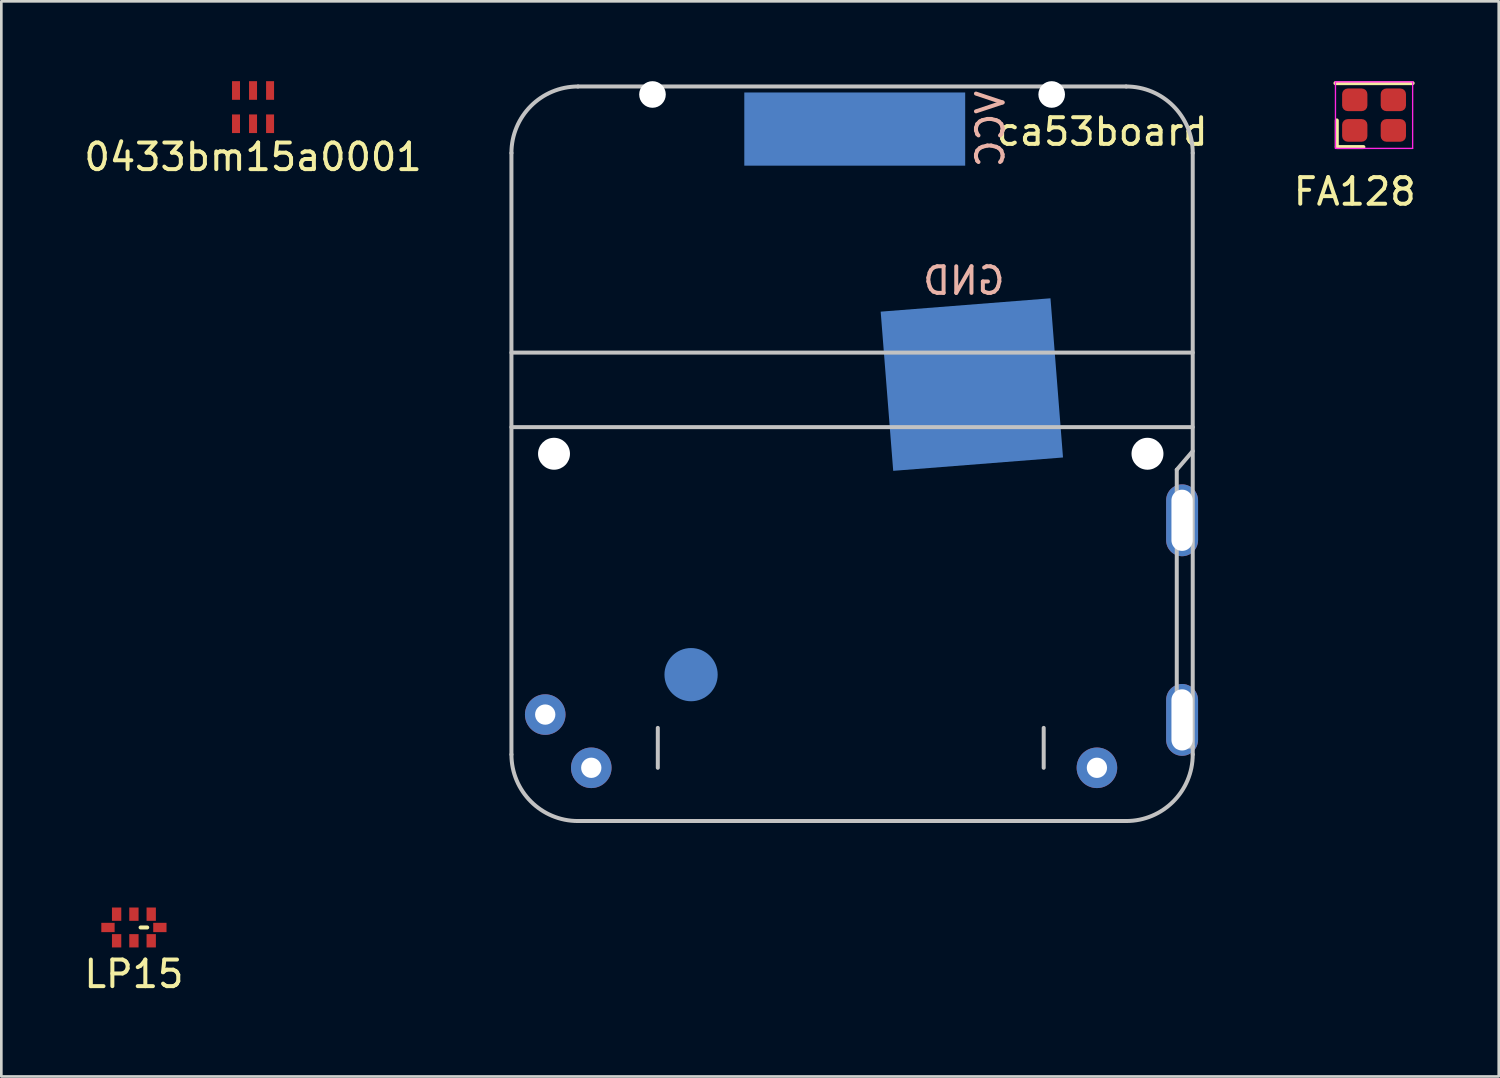
<source format=kicad_pcb>
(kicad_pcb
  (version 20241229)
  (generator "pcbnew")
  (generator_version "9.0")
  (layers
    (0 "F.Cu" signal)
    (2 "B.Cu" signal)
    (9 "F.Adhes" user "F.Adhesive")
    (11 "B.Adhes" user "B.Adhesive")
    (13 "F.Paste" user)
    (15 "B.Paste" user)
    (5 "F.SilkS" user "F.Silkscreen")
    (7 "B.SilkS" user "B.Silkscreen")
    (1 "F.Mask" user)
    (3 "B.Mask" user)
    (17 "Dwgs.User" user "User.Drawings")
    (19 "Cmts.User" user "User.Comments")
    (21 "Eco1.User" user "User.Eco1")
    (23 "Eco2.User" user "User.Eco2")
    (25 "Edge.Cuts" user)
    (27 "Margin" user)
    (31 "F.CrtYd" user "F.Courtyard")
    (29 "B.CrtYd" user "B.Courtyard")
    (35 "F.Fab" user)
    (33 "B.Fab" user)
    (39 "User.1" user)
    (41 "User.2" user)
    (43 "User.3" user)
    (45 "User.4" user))
  (footprint "FA128"
    (layer "F.Cu")
    (at 48.58 1.275)
    (property "Reference" "FA128" (at -0.725 2.875 0) (layer "F.SilkS") (effects (font (size 1 1) (thickness 0.15))))
    (attr through_hole)
    (fp_line (start -1.45 -1.2) (end 1.45 -1.2) (stroke (width 0.15) (type solid)) (layer "F.SilkS"))
    (fp_line (start -1.4 1.2) (end -1.4 0.2) (stroke (width 0.15) (type solid)) (layer "F.SilkS"))
    (fp_line (start -0.4 1.2) (end -1.4 1.2) (stroke (width 0.15) (type solid)) (layer "F.SilkS"))
    (fp_line (start -1.45 -1.25) (end 1.45 -1.25) (stroke (width 0.05) (type solid)) (layer "F.CrtYd"))
    (fp_line (start -1.45 1.25) (end -1.45 -1.25) (stroke (width 0.05) (type solid)) (layer "F.CrtYd"))
    (fp_line (start 1.45 -1.25) (end 1.45 1.25) (stroke (width 0.05) (type solid)) (layer "F.CrtYd"))
    (fp_line (start 1.45 1.25) (end -1.45 1.25) (stroke (width 0.05) (type solid)) (layer "F.CrtYd"))
    (pad "1" smd roundrect (at -0.725 0.575) (size 0.95 0.85) (layers "F.Cu" "F.Mask" "F.Paste") (roundrect_rratio 0.25))
    (pad "2" smd roundrect (at 0.725 0.575) (size 0.95 0.85) (layers "F.Cu" "F.Mask" "F.Paste") (roundrect_rratio 0.25))
    (pad "3" smd roundrect (at 0.725 -0.575) (size 0.95 0.85) (layers "F.Cu" "F.Mask" "F.Paste") (roundrect_rratio 0.25))
    (pad "4" smd roundrect (at -0.725 -0.575) (size 0.95 0.85) (layers "F.Cu" "F.Mask" "F.Paste") (roundrect_rratio 0.25)))
  (footprint "LP15"
    (layer "F.Cu")
    (at 1.982 31.8)
    (property "Reference" "LP15" (at 0 1.75 0) (layer "F.SilkS") (effects (font (size 1 1) (thickness 0.15))))
    (attr smd)
    (fp_line (start 0.25 0) (end 0.5 0) (stroke (width 0.15) (type solid)) (layer "F.SilkS"))
    (pad "1" smd rect (at 0.65 -0.5 90) (size 0.5 0.35) (layers "F.Cu" "F.Mask" "F.Paste"))
    (pad "2" smd rect (at 0 -0.5 90) (size 0.5 0.35) (layers "F.Cu" "F.Mask" "F.Paste"))
    (pad "3" smd rect (at -0.65 -0.5 90) (size 0.5 0.35) (layers "F.Cu" "F.Mask" "F.Paste"))
    (pad "4" smd rect (at -0.975 0 180) (size 0.5 0.35) (layers "F.Cu" "F.Mask" "F.Paste"))
    (pad "5" smd rect (at -0.65 0.5 90) (size 0.5 0.35) (layers "F.Cu" "F.Mask" "F.Paste"))
    (pad "6" smd rect (at 0 0.5 90) (size 0.5 0.35) (layers "F.Cu" "F.Mask" "F.Paste"))
    (pad "7" smd rect (at 0.65 0.5 90) (size 0.5 0.35) (layers "F.Cu" "F.Mask" "F.Paste"))
    (pad "8" smd rect (at 0.975 0 180) (size 0.5 0.35) (layers "F.Cu" "F.Mask" "F.Paste")))
  (footprint "0433bm15a0001"
    (layer "F.Cu")
    (at 6.458 0.35)
    (property "Reference" "0433bm15a0001" (at 0 2.5 0) (layer "F.SilkS") (effects (font (size 1 1) (thickness 0.15))))
    (attr through_hole)
    (pad "1" smd rect (at 0.64 0) (size 0.3 0.7) (layers "F.Cu" "F.Mask" "F.Paste"))
    (pad "2" smd rect (at 0 0) (size 0.3 0.7) (layers "F.Cu" "F.Mask" "F.Paste"))
    (pad "3" smd rect (at -0.64 0) (size 0.3 0.7) (layers "F.Cu" "F.Mask" "F.Paste"))
    (pad "4" smd rect (at -0.64 1.25) (size 0.3 0.7) (layers "F.Cu" "F.Mask" "F.Paste"))
    (pad "5" smd rect (at 0 1.25) (size 0.3 0.7) (layers "F.Cu" "F.Mask" "F.Paste"))
    (pad "6" smd rect (at 0.64 1.25) (size 0.3 0.7) (layers "F.Cu" "F.Mask" "F.Paste")))
  (footprint "ca53board"
    (layer "F.Cu")
    (at 16.167 27.8)
    (property "Reference" "ca53board" (at 22.2 -25.9 0) (layer "F.SilkS") (effects (font (size 1 1) (thickness 0.15))))
    (attr through_hole)
    (fp_line (start 0 -25.1) (end 0 -2.5) (stroke (width 0.15) (type solid)) (layer "Dwgs.User"))
    (fp_line (start 0 -17.6) (end 25.6 -17.6) (stroke (width 0.15) (type solid)) (layer "Dwgs.User"))
    (fp_line (start 0 -14.8) (end 25.6 -14.8) (stroke (width 0.15) (type solid)) (layer "Dwgs.User"))
    (fp_line (start 2.5 0) (end 23.1 0) (stroke (width 0.15) (type solid)) (layer "Dwgs.User"))
    (fp_line (start 5.5 -2) (end 5.5 -3.5) (stroke (width 0.15) (type solid)) (layer "Dwgs.User"))
    (fp_line (start 20 -2) (end 20 -3.5) (stroke (width 0.15) (type solid)) (layer "Dwgs.User"))
    (fp_line (start 23.1 -27.6) (end 2.5 -27.6) (stroke (width 0.15) (type solid)) (layer "Dwgs.User"))
    (fp_line (start 25 -13.2) (end 25.6 -13.9) (stroke (width 0.15) (type solid)) (layer "Dwgs.User"))
    (fp_line (start 25 -2.8) (end 25 -13.2) (stroke (width 0.15) (type solid)) (layer "Dwgs.User"))
    (fp_line (start 25.6 -2.8) (end 25 -2.8) (stroke (width 0.15) (type solid)) (layer "Dwgs.User"))
    (fp_line (start 25.6 -2.5) (end 25.6 -25.1) (stroke (width 0.15) (type solid)) (layer "Dwgs.User"))
    (fp_arc (start 0 -25.1) (mid 0.732233 -26.867767) (end 2.5 -27.6) (stroke (width 0.15) (type solid)) (layer "Dwgs.User"))
    (fp_arc (start 2.5 0) (mid 0.732233 -0.732233) (end 0 -2.5) (stroke (width 0.15) (type solid)) (layer "Dwgs.User"))
    (fp_arc (start 23.1 -27.6) (mid 24.867767 -26.867767) (end 25.6 -25.1) (stroke (width 0.15) (type solid)) (layer "Dwgs.User"))
    (fp_arc (start 25.6 -2.5) (mid 24.867767 -0.732233) (end 23.1 0) (stroke (width 0.15) (type solid)) (layer "Dwgs.User"))
    (fp_text user "GND" (at 17 -20.3 0) (layer "B.SilkS") (effects (font (size 1 1) (thickness 0.15)) (justify mirror)))
    (fp_text user "VCC" (at 18 -26 270) (layer "B.SilkS") (effects (font (size 1 1) (thickness 0.15)) (justify mirror)))
    (pad "" np_thru_hole circle (at 1.6 -13.8) (size 1.2 1.2) (drill 1.2) (layers "*.Cu" "*.Mask"))
    (pad "" np_thru_hole circle (at 5.3 -27.3) (size 1 1) (drill 1) (layers "*.Cu" "*.Mask"))
    (pad "" np_thru_hole circle (at 20.3 -27.3) (size 1 1) (drill 1) (layers "*.Cu" "*.Mask"))
    (pad "" np_thru_hole circle (at 23.9 -13.8) (size 1.2 1.2) (drill 1.2) (layers "*.Cu" "*.Mask"))
    (pad "1" connect rect (at 12.9 -26) (size 8.3 2.75) (layers "B.Cu" "B.Mask"))
    (pad "2" connect rect (at 17.3 -16.4 4.5) (size 6.4 6) (layers "B.Cu" "B.Mask"))
    (pad "3" thru_hole oval (at 25.2 -11.3) (size 1.2 2.7) (drill oval 0.8 2.3) (layers "*.Cu" "*.Mask"))
    (pad "4" thru_hole oval (at 25.2 -3.8) (size 1.2 2.7) (drill oval 0.8 2.3) (layers "*.Cu" "*.Mask"))
    (pad "5" thru_hole circle (at 3 -2) (size 1.524 1.524) (drill 0.762) (layers "*.Cu" "*.Mask"))
    (pad "6" thru_hole circle (at 1.27 -4) (size 1.524 1.524) (drill 0.762) (layers "*.Cu" "*.Mask"))
    (pad "7" thru_hole circle (at 22 -2) (size 1.524 1.524) (drill 0.762) (layers "*.Cu" "*.Mask"))
    (pad "8" smd circle (at 6.75 -5.5) (size 2 2) (layers "B.Cu" "B.Mask")))
  (gr_rect
    (start -3 -3)
    (end 53.265 37.398)
    (stroke (width 0.1) (type default))
    (fill no)
    (layer "Edge.Cuts")))
</source>
